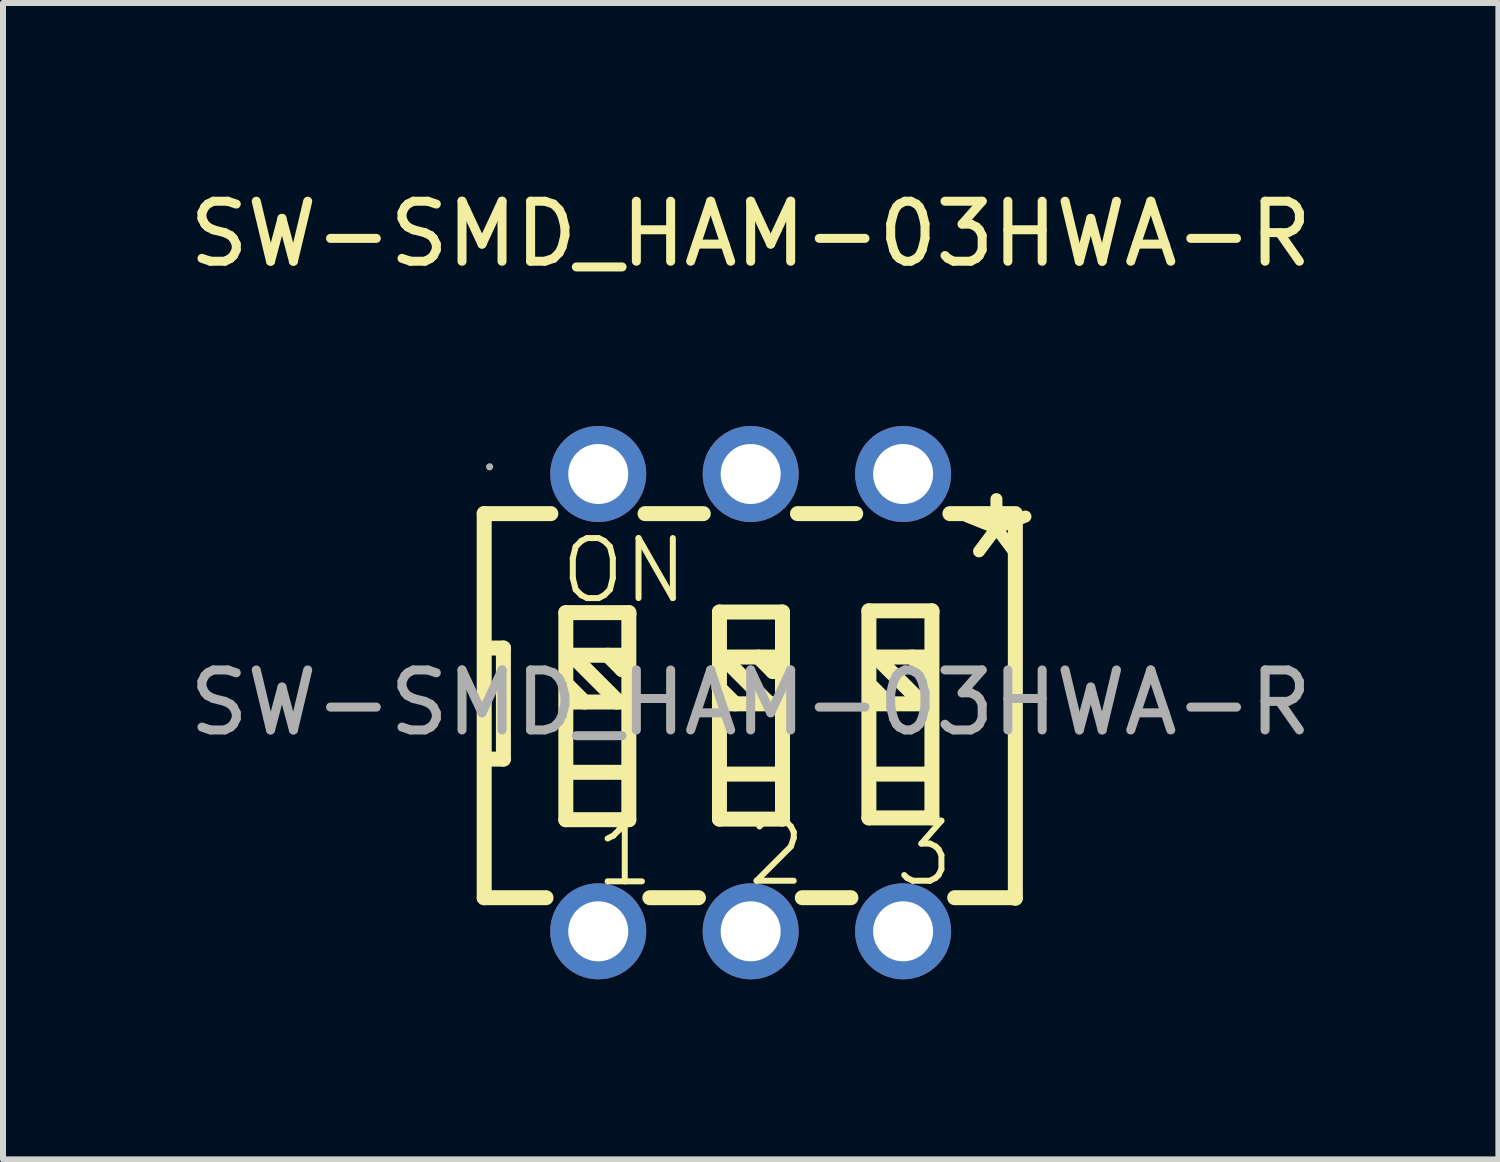
<source format=kicad_pcb>
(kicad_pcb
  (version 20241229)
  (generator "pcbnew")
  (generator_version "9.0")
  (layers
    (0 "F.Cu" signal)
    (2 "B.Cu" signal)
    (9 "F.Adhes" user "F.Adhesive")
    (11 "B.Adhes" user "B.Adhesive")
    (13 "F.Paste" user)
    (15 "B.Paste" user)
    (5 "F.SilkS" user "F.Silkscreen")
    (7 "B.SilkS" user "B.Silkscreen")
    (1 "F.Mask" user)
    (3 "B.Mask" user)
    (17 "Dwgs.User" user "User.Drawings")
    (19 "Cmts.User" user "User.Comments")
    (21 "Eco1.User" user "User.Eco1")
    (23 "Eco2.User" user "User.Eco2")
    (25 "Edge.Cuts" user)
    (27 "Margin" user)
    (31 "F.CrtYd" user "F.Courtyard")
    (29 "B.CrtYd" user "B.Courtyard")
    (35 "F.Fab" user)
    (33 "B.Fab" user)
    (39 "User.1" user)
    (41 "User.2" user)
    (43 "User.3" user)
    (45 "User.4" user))
  (footprint "SW-SMD_HAM-03HWA-R"
    (layer "F.Cu")
    (at 9.458 8.658)
    (property "Reference" "SW-SMD_HAM-03HWA-R" (at 0 -7.81 0) (layer "F.SilkS") (effects (font (size 1 1) (thickness 0.15))))
    (attr through_hole)
    (fp_line (start -4.44 -3.15) (end -4.44 3.25) (stroke (width 0.25) (type solid)) (layer "F.SilkS"))
    (fp_line (start -4.44 -3.15) (end -3.33 -3.15) (stroke (width 0.25) (type solid)) (layer "F.SilkS"))
    (fp_line (start -4.44 3.25) (end -3.41 3.25) (stroke (width 0.25) (type solid)) (layer "F.SilkS"))
    (fp_line (start -4.42 -0.91) (end -4.12 -0.91) (stroke (width 0.25) (type solid)) (layer "F.SilkS"))
    (fp_line (start -4.12 -0.91) (end -4.12 0.94) (stroke (width 0.25) (type solid)) (layer "F.SilkS"))
    (fp_line (start -4.12 0.94) (end -4.4 0.94) (stroke (width 0.25) (type solid)) (layer "F.SilkS"))
    (fp_line (start -3.08 -1.5) (end -3.08 1.95) (stroke (width 0.25) (type solid)) (layer "F.SilkS"))
    (fp_line (start -3.08 1.95) (end -2.03 1.95) (stroke (width 0.25) (type solid)) (layer "F.SilkS"))
    (fp_line (start -2.98 -0.79) (end -2.23 -0.04) (stroke (width 0.25) (type solid)) (layer "F.SilkS"))
    (fp_line (start -2.97 -0.01) (end -2.1 -0.01) (stroke (width 0.25) (type solid)) (layer "F.SilkS"))
    (fp_line (start -2.95 -0.79) (end -2.08 -0.79) (stroke (width 0.25) (type solid)) (layer "F.SilkS"))
    (fp_line (start -2.95 1.16) (end -2.08 1.16) (stroke (width 0.25) (type solid)) (layer "F.SilkS"))
    (fp_line (start -2.77 -0.01) (end -3.04 -0.28) (stroke (width 0.25) (type solid)) (layer "F.SilkS"))
    (fp_line (start -2.38 -0.79) (end -2.14 -0.55) (stroke (width 0.25) (type solid)) (layer "F.SilkS"))
    (fp_line (start -2.23 -0.04) (end -2.23 -0.01) (stroke (width 0.25) (type solid)) (layer "F.SilkS"))
    (fp_line (start -2.14 -0.55) (end -2.11 -0.55) (stroke (width 0.25) (type solid)) (layer "F.SilkS"))
    (fp_line (start -2.03 -1.5) (end -3.08 -1.5) (stroke (width 0.25) (type solid)) (layer "F.SilkS"))
    (fp_line (start -2.03 -1.47) (end -2.03 -1.5) (stroke (width 0.25) (type solid)) (layer "F.SilkS"))
    (fp_line (start -2.03 1.95) (end -2.03 -1.47) (stroke (width 0.25) (type solid)) (layer "F.SilkS"))
    (fp_line (start -1.76 -3.15) (end -0.79 -3.15) (stroke (width 0.25) (type solid)) (layer "F.SilkS"))
    (fp_line (start -1.68 3.25) (end -0.87 3.25) (stroke (width 0.25) (type solid)) (layer "F.SilkS"))
    (fp_line (start -0.52 -1.51) (end -0.52 1.94) (stroke (width 0.25) (type solid)) (layer "F.SilkS"))
    (fp_line (start -0.52 1.94) (end 0.53 1.94) (stroke (width 0.25) (type solid)) (layer "F.SilkS"))
    (fp_line (start -0.47 -0.76) (end 0.28 -0.01) (stroke (width 0.25) (type solid)) (layer "F.SilkS"))
    (fp_line (start -0.46 0.02) (end 0.41 0.02) (stroke (width 0.25) (type solid)) (layer "F.SilkS"))
    (fp_line (start -0.44 -0.76) (end 0.43 -0.76) (stroke (width 0.25) (type solid)) (layer "F.SilkS"))
    (fp_line (start -0.44 1.19) (end 0.43 1.19) (stroke (width 0.25) (type solid)) (layer "F.SilkS"))
    (fp_line (start -0.26 0.02) (end -0.53 -0.25) (stroke (width 0.25) (type solid)) (layer "F.SilkS"))
    (fp_line (start 0.13 -0.76) (end 0.37 -0.52) (stroke (width 0.25) (type solid)) (layer "F.SilkS"))
    (fp_line (start 0.28 -0.01) (end 0.28 0.02) (stroke (width 0.25) (type solid)) (layer "F.SilkS"))
    (fp_line (start 0.37 -0.52) (end 0.4 -0.52) (stroke (width 0.25) (type solid)) (layer "F.SilkS"))
    (fp_line (start 0.53 -1.51) (end -0.52 -1.51) (stroke (width 0.25) (type solid)) (layer "F.SilkS"))
    (fp_line (start 0.53 -1.48) (end 0.53 -1.51) (stroke (width 0.25) (type solid)) (layer "F.SilkS"))
    (fp_line (start 0.53 1.94) (end 0.53 -1.48) (stroke (width 0.25) (type solid)) (layer "F.SilkS"))
    (fp_line (start 0.78 -3.15) (end 1.75 -3.15) (stroke (width 0.25) (type solid)) (layer "F.SilkS"))
    (fp_line (start 0.86 3.25) (end 1.67 3.25) (stroke (width 0.25) (type solid)) (layer "F.SilkS"))
    (fp_line (start 1.97 -1.53) (end 1.97 1.92) (stroke (width 0.25) (type solid)) (layer "F.SilkS"))
    (fp_line (start 1.97 1.92) (end 3.02 1.92) (stroke (width 0.25) (type solid)) (layer "F.SilkS"))
    (fp_line (start 2.09 -0.76) (end 2.84 -0.01) (stroke (width 0.25) (type solid)) (layer "F.SilkS"))
    (fp_line (start 2.1 0.02) (end 2.97 0.02) (stroke (width 0.25) (type solid)) (layer "F.SilkS"))
    (fp_line (start 2.12 -0.76) (end 2.99 -0.76) (stroke (width 0.25) (type solid)) (layer "F.SilkS"))
    (fp_line (start 2.12 1.19) (end 2.99 1.19) (stroke (width 0.25) (type solid)) (layer "F.SilkS"))
    (fp_line (start 2.3 0.02) (end 2.03 -0.25) (stroke (width 0.25) (type solid)) (layer "F.SilkS"))
    (fp_line (start 2.69 -0.76) (end 2.93 -0.52) (stroke (width 0.25) (type solid)) (layer "F.SilkS"))
    (fp_line (start 2.84 -0.01) (end 2.84 0.02) (stroke (width 0.25) (type solid)) (layer "F.SilkS"))
    (fp_line (start 2.93 -0.52) (end 2.96 -0.52) (stroke (width 0.25) (type solid)) (layer "F.SilkS"))
    (fp_line (start 3.02 -1.53) (end 1.97 -1.53) (stroke (width 0.25) (type solid)) (layer "F.SilkS"))
    (fp_line (start 3.02 -1.5) (end 3.02 -1.53) (stroke (width 0.25) (type solid)) (layer "F.SilkS"))
    (fp_line (start 3.02 1.92) (end 3.02 -1.5) (stroke (width 0.25) (type solid)) (layer "F.SilkS"))
    (fp_line (start 3.32 -3.15) (end 4.41 -3.15) (stroke (width 0.25) (type solid)) (layer "F.SilkS"))
    (fp_line (start 3.4 3.25) (end 4.41 3.25) (stroke (width 0.25) (type solid)) (layer "F.SilkS"))
    (fp_line (start 4.41 -3.14) (end 4.41 3.26) (stroke (width 0.25) (type solid)) (layer "F.SilkS"))
    (fp_circle (center -4.35 -3.93) (end -4.32 -3.93) (stroke (width 0.06) (type solid)) (fill no) (layer "F.Fab"))
    (fp_text user "1" (at -2.64 2.52 0) (layer "F.SilkS") (effects (font (size 1 1) (thickness 0.1)) (justify left)))
    (fp_text user "3" (at 2.35 2.51 0) (layer "F.SilkS") (effects (font (size 1 1) (thickness 0.1)) (justify left)))
    (fp_text user "*" (at 3.19 -2.29 0) (layer "F.SilkS") (effects (font (size 2.03 2.03) (thickness 0.2)) (justify left)))
    (fp_text user "2" (at -0.11 2.51 0) (layer "F.SilkS") (effects (font (size 1 1) (thickness 0.1)) (justify left)))
    (fp_text user "ON" (at -3.22 -2.2 0) (layer "F.SilkS") (effects (font (size 1 1) (thickness 0.1)) (justify left)))
    (fp_text user "${REFERENCE}" (at 0 0 0) (layer "F.Fab") (effects (font (size 1 1) (thickness 0.15))))
    (pad "1" thru_hole circle (at -2.54 -3.81) (size 1.6 1.6) (drill 1) (layers "*.Cu" "*.Paste" "*.Mask"))
    (pad "2" thru_hole circle (at 0 -3.81) (size 1.6 1.6) (drill 1) (layers "*.Cu" "*.Paste" "*.Mask"))
    (pad "3" thru_hole circle (at 2.54 -3.81) (size 1.6 1.6) (drill 1) (layers "*.Cu" "*.Paste" "*.Mask"))
    (pad "4" thru_hole circle (at -2.54 3.81) (size 1.6 1.6) (drill 1) (layers "*.Cu" "*.Paste" "*.Mask"))
    (pad "5" thru_hole circle (at 0 3.81) (size 1.6 1.6) (drill 1) (layers "*.Cu" "*.Paste" "*.Mask"))
    (pad "6" thru_hole circle (at 2.54 3.81) (size 1.6 1.6) (drill 1) (layers "*.Cu" "*.Paste" "*.Mask")))
  (gr_rect
    (start -3 -3)
    (end 21.917 16.268)
    (stroke (width 0.1) (type default))
    (fill no)
    (layer "Edge.Cuts")))
</source>
